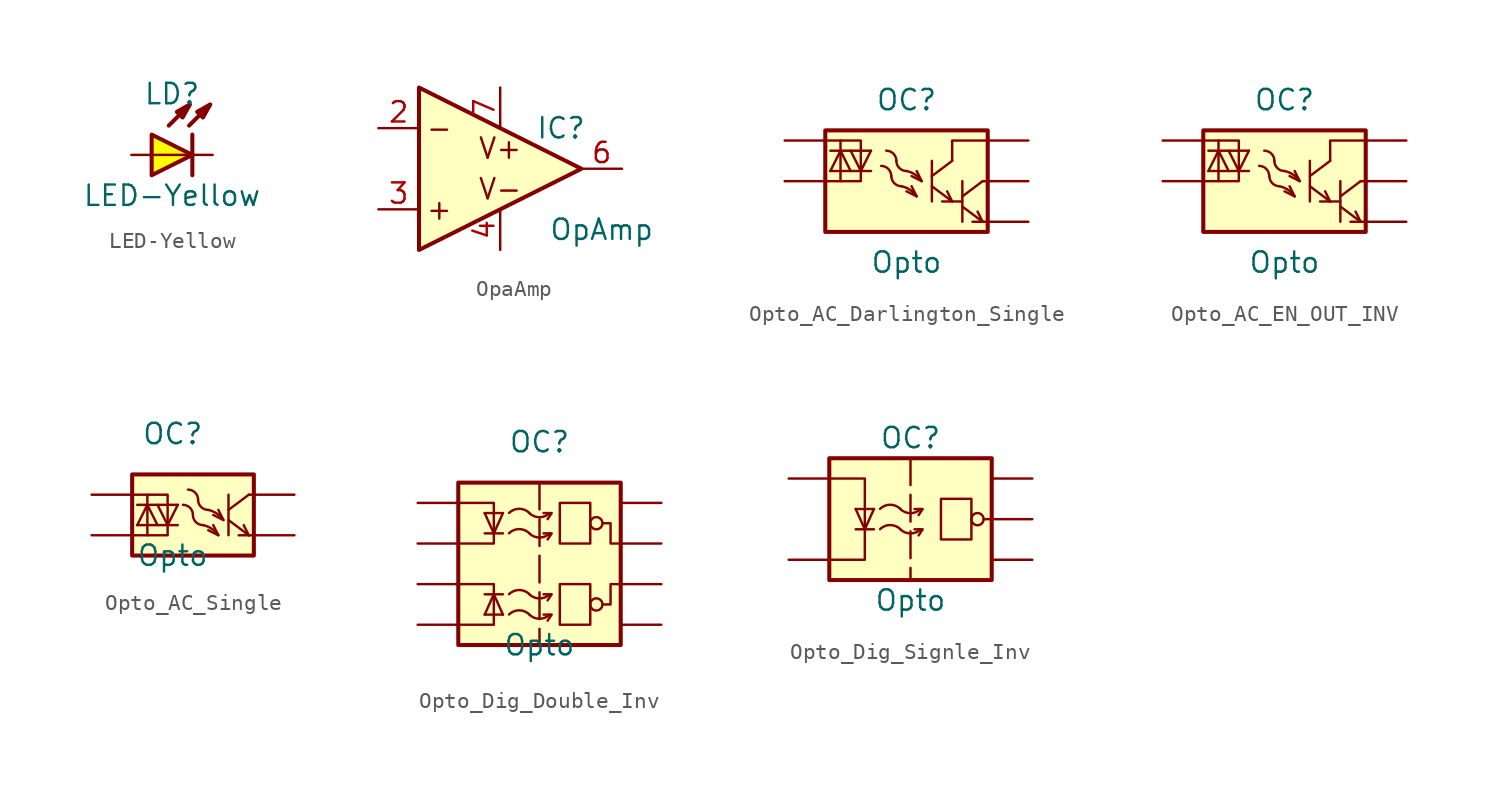
<source format=kicad_sym>
(kicad_symbol_lib
  (version 20241209)
  (generator "kicad_symbol_editor")
  (generator_version "9.0")
  (symbol "LED-Yellow"
    (pin_numbers
      (hide yes))
    (pin_names
      (offset 1.016)
      (hide yes))
    (property "Reference" "LD"
      (at 0 3.81 0)
      (effects (font (size 1.27 1.27))))
    (property "Value" "LED-Yellow"
      (at 0 -2.54 0)
      (effects (font (size 1.27 1.27))))
    (symbol "LED-Yellow_0_0"
      (polyline (pts (xy -0.203 1.829) (xy 1.067 3.099)) (stroke (width 0.254) (type default)) (fill (type none)))
      (polyline (pts (xy 1.067 1.829) (xy 2.337 3.099)) (stroke (width 0.254) (type default)) (fill (type none)))
      (polyline (pts (xy 1.118 3.15) (xy 0.66 2.337) (xy 0.305 2.692) (xy 1.118 3.15)) (stroke (width 0.254) (type default)) (fill (type outline)))
      (polyline (pts (xy 1.27 0) (xy -1.27 0)) (stroke (width 0.152) (type default)) (fill (type none)))
      (polyline (pts (xy 2.388 3.15) (xy 1.93 2.337) (xy 1.575 2.692) (xy 2.388 3.15)) (stroke (width 0.254) (type default)) (fill (type outline))))
    (symbol "LED-Yellow_0_1"
      (polyline (pts (xy 1.27 1.27) (xy 1.27 -1.27)) (stroke (width 0.254) (type default)) (fill (type none))))
    (symbol "LED-Yellow_1_1"
      (polyline (pts (xy -1.27 1.27) (xy -1.27 -1.27) (xy 1.27 0) (xy -1.27 1.27)) (stroke (width 0.254) (type default)) (fill (type color) (color 255 255 0 1)))
      (pin passive line (at -2.54 0 0) (length 1.27) (name "A" (effects (font (size 1.27 1.27)))) (number "2" (effects (font (size 1.27 1.27)))))
      (pin passive line (at 2.54 0 180) (length 1.27) (name "C" (effects (font (size 1.27 1.27)))) (number "1" (effects (font (size 1.27 1.27)))))))
  (symbol "OpaAmp"
    (pin_names
      (offset 1.016)
      (hide yes))
    (property "Reference" "IC"
      (at 6.35 2.54 0)
      (effects (font (size 1.27 1.27))))
    (property "Value" "OpAmp"
      (at 8.89 -3.81 0)
      (effects (font (size 1.27 1.27))))
    (symbol "OpaAmp_1_1"
      (polyline (pts (xy -2.54 5.08) (xy -2.54 -5.08) (xy 7.62 0) (xy -2.54 5.08)) (stroke (width 0.254) (type default)) (fill (type background)))
      (text "-" (at -1.27 2.54 0) (effects (font (size 1.27 1.27))))
      (text "+" (at -1.27 -2.54 0) (effects (font (size 1.27 1.27))))
      (text "V+" (at 2.54 1.27 0) (effects (font (size 1.27 1.27))))
      (text "V-" (at 2.54 -1.27 0) (effects (font (size 1.27 1.27))))
      (pin input line (at -5.08 2.54 0) (length 2.54) (name "IN-" (effects (font (size 1.27 1.27)))) (number "2" (effects (font (size 1.27 1.27)))))
      (pin input line (at -5.08 -2.54 0) (length 2.54) (name "IN+" (effects (font (size 1.27 1.27)))) (number "3" (effects (font (size 1.27 1.27)))))
      (pin power_in line (at 2.54 5.08 270) (length 2.54) (name "V+" (effects (font (size 1.27 1.27)))) (number "7" (effects (font (size 1.27 1.27)))))
      (pin power_in line (at 2.54 -5.08 90) (length 2.54) (name "V-" (effects (font (size 1.27 1.27)))) (number "4" (effects (font (size 1.27 1.27)))))
      (pin output line (at 10.16 0 180) (length 2.54) (name "OUT" (effects (font (size 1.27 1.27)))) (number "6" (effects (font (size 1.27 1.27)))))))
  (symbol "Opto_AC_Darlington_Single"
    (pin_names
      (hide yes))
    (property "Reference" "OC"
      (at 0 5.08 0)
      (effects (font (size 1.27 1.27))))
    (property "Value" "Opto"
      (at 0 -5.08 0)
      (effects (font (size 1.27 1.27))))
    (symbol "Opto_AC_Darlington_Single_0_1"
      (rectangle (start -5.08 3.175) (end 5.08 -3.175) (stroke (width 0.254) (type default)) (fill (type background)))
      (polyline (pts (xy -5.08 2.54) (xy -2.857 2.54) (xy -2.857 0) (xy -5.08 0)) (stroke (width 0) (type default)) (fill (type none)))
      (polyline (pts (xy -4.763 1.905) (xy -2.223 1.905)) (stroke (width 0) (type default)) (fill (type none)))
      (polyline (pts (xy -4.763 0.635) (xy -2.223 0.635)) (stroke (width 0) (type default)) (fill (type none)))
      (polyline (pts (xy -4.128 2.54) (xy -4.128 0)) (stroke (width 0) (type default)) (fill (type none)))
      (polyline (pts (xy -4.128 1.905) (xy -4.763 0.635)) (stroke (width 0) (type default)) (fill (type none)))
      (polyline (pts (xy -4.128 1.905) (xy -3.493 0.635)) (stroke (width 0) (type default)) (fill (type none)))
      (polyline (pts (xy -2.857 0.635) (xy -3.493 1.905)) (stroke (width 0) (type default)) (fill (type none)))
      (polyline (pts (xy -2.857 0.635) (xy -2.223 1.905)) (stroke (width 0) (type default)) (fill (type none)))
      (arc (start -1.5854 0.9546) (mid -1.137 0.768) (end -0.9504 0.3196) (stroke (width 0) (type default)) (fill (type none)))
      (arc (start -1.2679 1.9071) (mid -0.8195 1.7205) (end -0.6329 1.2721) (stroke (width 0) (type default)) (fill (type none)))
      (arc (start -0.3175 -0.3175) (mid 0.2193 -0.5441) (end 0.635 -0.9525) (stroke (width 0) (type default)) (fill (type none)))
      (arc (start 0 0.635) (mid 0.5368 0.4084) (end 0.9525 0) (stroke (width 0) (type default)) (fill (type none)))
      (arc (start -0.3175 -0.3175) (mid -0.7659 -0.1309) (end -0.9525 0.3175) (stroke (width 0) (type default)) (fill (type none)))
      (polyline (pts (xy 0 -0.635) (xy 0.635 -0.953) (xy 0.318 -0.318)) (stroke (width 0) (type default)) (fill (type none)))
      (arc (start 0 0.635) (mid -0.4484 0.8216) (end -0.635 1.27) (stroke (width 0) (type default)) (fill (type none)))
      (polyline (pts (xy 0.318 0.318) (xy 0.953 0) (xy 0.635 0.635)) (stroke (width 0) (type default)) (fill (type none)))
      (polyline (pts (xy 1.587 1.27) (xy 1.587 -1.27)) (stroke (width 0) (type default)) (fill (type none)))
      (polyline (pts (xy 1.587 0.318) (xy 2.857 1.27)) (stroke (width 0) (type default)) (fill (type none)))
      (polyline (pts (xy 1.587 -0.318) (xy 2.857 -1.27)) (stroke (width 0) (type default)) (fill (type none)))
      (polyline (pts (xy 2.857 -1.27) (xy 2.54 -0.635)) (stroke (width 0) (type default)) (fill (type none)))
      (polyline (pts (xy 3.493 0) (xy 3.493 -2.54)) (stroke (width 0) (type default)) (fill (type none)))
      (polyline (pts (xy 3.493 -0.953) (xy 4.763 0)) (stroke (width 0) (type default)) (fill (type none)))
      (polyline (pts (xy 3.493 -1.27) (xy 2.223 -1.27)) (stroke (width 0) (type default)) (fill (type none)))
      (polyline (pts (xy 3.493 -1.587) (xy 4.763 -2.54)) (stroke (width 0) (type default)) (fill (type none)))
      (polyline (pts (xy 4.763 -2.54) (xy 4.128 -2.54)) (stroke (width 0) (type default)) (fill (type none)))
      (polyline (pts (xy 4.763 -2.54) (xy 4.445 -1.905)) (stroke (width 0) (type default)) (fill (type none)))
      (polyline (pts (xy 5.08 2.54) (xy 2.857 2.54) (xy 2.857 1.27)) (stroke (width 0) (type default)) (fill (type none)))
      (polyline (pts (xy 5.08 0) (xy 4.763 0)) (stroke (width 0) (type default)) (fill (type none)))
      (polyline (pts (xy 5.08 -2.54) (xy 4.763 -2.54)) (stroke (width 0) (type default)) (fill (type none))))
    (symbol "Opto_AC_Darlington_Single_1_1"
      (pin passive line (at -7.62 2.54 0) (length 2.54) (name "AC1" (effects (font (size 1.27 1.27)))) (number "" (effects (font (size 1.27 1.27)))))
      (pin passive line (at -7.62 0 0) (length 2.54) (name "AC2" (effects (font (size 1.27 1.27)))) (number "" (effects (font (size 1.27 1.27)))))
      (pin passive line (at 7.62 2.54 180) (length 2.54) (name "C1" (effects (font (size 1.27 1.27)))) (number "" (effects (font (size 1.27 1.27)))))
      (pin passive line (at 7.62 0 180) (length 2.54) (name "C2" (effects (font (size 1.27 1.27)))) (number "" (effects (font (size 1.27 1.27)))))
      (pin passive line (at 7.62 -2.54 180) (length 2.54) (name "E" (effects (font (size 1.27 1.27)))) (number "" (effects (font (size 1.27 1.27)))))))
  (symbol "Opto_AC_EN_OUT_INV"
    (pin_names
      (hide yes))
    (property "Reference" "OC"
      (at 0 5.08 0)
      (effects (font (size 1.27 1.27))))
    (property "Value" "Opto"
      (at 0 -5.08 0)
      (effects (font (size 1.27 1.27))))
    (symbol "Opto_AC_EN_OUT_INV_0_1"
      (rectangle (start -5.08 3.175) (end 5.08 -3.175) (stroke (width 0.254) (type default)) (fill (type background)))
      (polyline (pts (xy -5.08 2.54) (xy -2.857 2.54) (xy -2.857 0) (xy -5.08 0)) (stroke (width 0) (type default)) (fill (type none)))
      (polyline (pts (xy -4.763 1.905) (xy -2.223 1.905)) (stroke (width 0) (type default)) (fill (type none)))
      (polyline (pts (xy -4.763 0.635) (xy -2.223 0.635)) (stroke (width 0) (type default)) (fill (type none)))
      (polyline (pts (xy -4.128 2.54) (xy -4.128 0)) (stroke (width 0) (type default)) (fill (type none)))
      (polyline (pts (xy -4.128 1.905) (xy -4.763 0.635)) (stroke (width 0) (type default)) (fill (type none)))
      (polyline (pts (xy -4.128 1.905) (xy -3.493 0.635)) (stroke (width 0) (type default)) (fill (type none)))
      (polyline (pts (xy -2.857 0.635) (xy -3.493 1.905)) (stroke (width 0) (type default)) (fill (type none)))
      (polyline (pts (xy -2.857 0.635) (xy -2.223 1.905)) (stroke (width 0) (type default)) (fill (type none)))
      (arc (start -1.5854 0.9546) (mid -1.137 0.768) (end -0.9504 0.3196) (stroke (width 0) (type default)) (fill (type none)))
      (arc (start -1.2679 1.9071) (mid -0.8195 1.7205) (end -0.6329 1.2721) (stroke (width 0) (type default)) (fill (type none)))
      (arc (start -0.3175 -0.3175) (mid 0.2193 -0.5441) (end 0.635 -0.9525) (stroke (width 0) (type default)) (fill (type none)))
      (arc (start 0 0.635) (mid 0.5368 0.4084) (end 0.9525 0) (stroke (width 0) (type default)) (fill (type none)))
      (arc (start -0.3175 -0.3175) (mid -0.7659 -0.1309) (end -0.9525 0.3175) (stroke (width 0) (type default)) (fill (type none)))
      (polyline (pts (xy 0 -0.635) (xy 0.635 -0.953) (xy 0.318 -0.318)) (stroke (width 0) (type default)) (fill (type none)))
      (arc (start 0 0.635) (mid -0.4484 0.8216) (end -0.635 1.27) (stroke (width 0) (type default)) (fill (type none)))
      (polyline (pts (xy 0.318 0.318) (xy 0.953 0) (xy 0.635 0.635)) (stroke (width 0) (type default)) (fill (type none)))
      (polyline (pts (xy 1.587 1.27) (xy 1.587 -1.27)) (stroke (width 0) (type default)) (fill (type none)))
      (polyline (pts (xy 1.587 0.318) (xy 2.857 1.27)) (stroke (width 0) (type default)) (fill (type none)))
      (polyline (pts (xy 1.587 -0.318) (xy 2.857 -1.27)) (stroke (width 0) (type default)) (fill (type none)))
      (polyline (pts (xy 2.857 -1.27) (xy 2.54 -0.635)) (stroke (width 0) (type default)) (fill (type none)))
      (polyline (pts (xy 3.493 0) (xy 3.493 -2.54)) (stroke (width 0) (type default)) (fill (type none)))
      (polyline (pts (xy 3.493 -0.953) (xy 4.763 0)) (stroke (width 0) (type default)) (fill (type none)))
      (polyline (pts (xy 3.493 -1.27) (xy 2.223 -1.27)) (stroke (width 0) (type default)) (fill (type none)))
      (polyline (pts (xy 3.493 -1.587) (xy 4.763 -2.54)) (stroke (width 0) (type default)) (fill (type none)))
      (polyline (pts (xy 4.763 -2.54) (xy 4.128 -2.54)) (stroke (width 0) (type default)) (fill (type none)))
      (polyline (pts (xy 4.763 -2.54) (xy 4.445 -1.905)) (stroke (width 0) (type default)) (fill (type none)))
      (polyline (pts (xy 5.08 2.54) (xy 2.857 2.54) (xy 2.857 1.27)) (stroke (width 0) (type default)) (fill (type none)))
      (polyline (pts (xy 5.08 0) (xy 4.763 0)) (stroke (width 0) (type default)) (fill (type none)))
      (polyline (pts (xy 5.08 -2.54) (xy 4.763 -2.54)) (stroke (width 0) (type default)) (fill (type none))))
    (symbol "Opto_AC_EN_OUT_INV_1_1"
      (pin passive line (at -7.62 2.54 0) (length 2.54) (name "AC1" (effects (font (size 1.27 1.27)))) (number "" (effects (font (size 1.27 1.27)))))
      (pin passive line (at -7.62 0 0) (length 2.54) (name "AC2" (effects (font (size 1.27 1.27)))) (number "" (effects (font (size 1.27 1.27)))))
      (pin passive line (at 7.62 2.54 180) (length 2.54) (name "C1" (effects (font (size 1.27 1.27)))) (number "" (effects (font (size 1.27 1.27)))))
      (pin passive line (at 7.62 0 180) (length 2.54) (name "C2" (effects (font (size 1.27 1.27)))) (number "" (effects (font (size 1.27 1.27)))))
      (pin passive line (at 7.62 -2.54 180) (length 2.54) (name "E" (effects (font (size 1.27 1.27)))) (number "" (effects (font (size 1.27 1.27)))))))
  (symbol "Opto_AC_Single"
    (pin_names
      (hide yes))
    (property "Reference" "OC"
      (at 0 3.81 0)
      (effects (font (size 1.27 1.27))))
    (property "Value" "Opto"
      (at 0 -3.81 0)
      (effects (font (size 1.27 1.27))))
    (symbol "Opto_AC_Single_0_1"
      (rectangle (start -2.54 1.27) (end 5.08 -3.81) (stroke (width 0.254) (type default)) (fill (type background)))
      (polyline (pts (xy -2.54 0) (xy -0.318 0) (xy -0.318 -2.54) (xy -2.54 -2.54)) (stroke (width 0) (type default)) (fill (type none)))
      (polyline (pts (xy -2.223 -0.635) (xy 0.318 -0.635)) (stroke (width 0) (type default)) (fill (type none)))
      (polyline (pts (xy -2.223 -1.905) (xy 0.318 -1.905)) (stroke (width 0) (type default)) (fill (type none)))
      (polyline (pts (xy -1.587 0) (xy -1.587 -2.54)) (stroke (width 0) (type default)) (fill (type none)))
      (polyline (pts (xy -1.587 -0.635) (xy -2.223 -1.905)) (stroke (width 0) (type default)) (fill (type none)))
      (polyline (pts (xy -1.587 -0.635) (xy -0.953 -1.905)) (stroke (width 0) (type default)) (fill (type none)))
      (polyline (pts (xy -0.318 -1.905) (xy -0.953 -0.635)) (stroke (width 0) (type default)) (fill (type none)))
      (polyline (pts (xy -0.318 -1.905) (xy 0.318 -0.635)) (stroke (width 0) (type default)) (fill (type none)))
      (arc (start 0.6371 -0.6329) (mid 1.0855 -0.8195) (end 1.2721 -1.2679) (stroke (width 0) (type default)) (fill (type none)))
      (arc (start 0.9546 0.3196) (mid 1.403 0.133) (end 1.5896 -0.3154) (stroke (width 0) (type default)) (fill (type none)))
      (arc (start 1.905 -1.905) (mid 2.4418 -2.1316) (end 2.8575 -2.54) (stroke (width 0) (type default)) (fill (type none)))
      (arc (start 2.2225 -0.9525) (mid 2.7593 -1.1792) (end 3.175 -1.5875) (stroke (width 0) (type default)) (fill (type none)))
      (arc (start 1.905 -1.905) (mid 1.4566 -1.7184) (end 1.27 -1.27) (stroke (width 0) (type default)) (fill (type none)))
      (polyline (pts (xy 2.223 -2.223) (xy 2.857 -2.54) (xy 2.54 -1.905)) (stroke (width 0) (type default)) (fill (type none)))
      (arc (start 2.2225 -0.9525) (mid 1.7741 -0.7659) (end 1.5875 -0.3175) (stroke (width 0) (type default)) (fill (type none)))
      (polyline (pts (xy 2.54 -1.27) (xy 3.175 -1.587) (xy 2.857 -0.953)) (stroke (width 0) (type default)) (fill (type none)))
      (polyline (pts (xy 3.493 0) (xy 3.493 -2.54)) (stroke (width 0) (type default)) (fill (type none)))
      (polyline (pts (xy 3.493 -0.953) (xy 4.763 0)) (stroke (width 0) (type default)) (fill (type none)))
      (polyline (pts (xy 3.493 -1.587) (xy 4.763 -2.54)) (stroke (width 0) (type default)) (fill (type none)))
      (polyline (pts (xy 4.763 -2.54) (xy 4.128 -2.54)) (stroke (width 0) (type default)) (fill (type none)))
      (polyline (pts (xy 4.763 -2.54) (xy 4.445 -1.905)) (stroke (width 0) (type default)) (fill (type none)))
      (polyline (pts (xy 5.08 0) (xy 4.763 0)) (stroke (width 0) (type default)) (fill (type none)))
      (polyline (pts (xy 5.08 -2.54) (xy 4.763 -2.54)) (stroke (width 0) (type default)) (fill (type none))))
    (symbol "Opto_AC_Single_1_1"
      (pin passive line (at -5.08 0 0) (length 2.54) (name "AC1" (effects (font (size 1.27 1.27)))) (number "" (effects (font (size 1.27 1.27)))))
      (pin passive line (at -5.08 -2.54 0) (length 2.54) (name "AC2" (effects (font (size 1.27 1.27)))) (number "" (effects (font (size 1.27 1.27)))))
      (pin passive line (at 7.62 0 180) (length 2.54) (name "Collector" (effects (font (size 1.27 1.27)))) (number "" (effects (font (size 1.27 1.27)))))
      (pin passive line (at 7.62 -2.54 180) (length 2.54) (name "Emmiter" (effects (font (size 1.27 1.27)))) (number "" (effects (font (size 1.27 1.27)))))))
  (symbol "Opto_Dig_Double_Inv"
    (pin_names
      (hide yes))
    (property "Reference" "OC"
      (at 0 6.35 0)
      (effects (font (size 1.27 1.27))))
    (property "Value" "Opto"
      (at 0 -6.35 0)
      (effects (font (size 1.27 1.27))))
    (symbol "Opto_Dig_Double_Inv_0_1"
      (rectangle (start -5.08 3.81) (end 5.08 -6.35) (stroke (width 0.254) (type default)) (fill (type background)))
      (polyline (pts (xy -5.08 2.54) (xy -2.857 2.54) (xy -2.857 0) (xy -5.08 0)) (stroke (width 0) (type default)) (fill (type none)))
      (polyline (pts (xy -5.08 -5.08) (xy -2.857 -5.08) (xy -2.857 -2.54) (xy -5.08 -2.54)) (stroke (width 0) (type default)) (fill (type none)))
      (polyline (pts (xy -3.429 1.905) (xy -2.286 1.905)) (stroke (width 0) (type default)) (fill (type none)))
      (polyline (pts (xy -3.429 0.635) (xy -2.286 0.635)) (stroke (width 0) (type default)) (fill (type none)))
      (polyline (pts (xy -3.429 -3.175) (xy -2.286 -3.175)) (stroke (width 0) (type default)) (fill (type none)))
      (polyline (pts (xy -3.429 -4.445) (xy -2.286 -4.445)) (stroke (width 0) (type default)) (fill (type none)))
      (polyline (pts (xy -2.857 0.635) (xy -3.429 1.905)) (stroke (width 0) (type default)) (fill (type none)))
      (polyline (pts (xy -2.857 0.635) (xy -2.286 1.905)) (stroke (width 0) (type default)) (fill (type none)))
      (polyline (pts (xy -2.857 -3.175) (xy -3.429 -4.445)) (stroke (width 0) (type default)) (fill (type none)))
      (polyline (pts (xy -2.857 -3.175) (xy -2.286 -4.445)) (stroke (width 0) (type default)) (fill (type none)))
      (arc (start -1.905 1.9109) (mid -1.27 2.1722) (end -0.635 1.9109) (stroke (width 0) (type default)) (fill (type none)))
      (arc (start -1.905 0.6409) (mid -1.27 0.9022) (end -0.635 0.6409) (stroke (width 0) (type default)) (fill (type none)))
      (arc (start -1.905 -3.1691) (mid -1.27 -2.9078) (end -0.635 -3.1691) (stroke (width 0) (type default)) (fill (type none)))
      (arc (start -1.905 -4.4391) (mid -1.27 -4.1778) (end -0.635 -4.4391) (stroke (width 0) (type default)) (fill (type none)))
      (arc (start 0.635 1.905) (mid 0 1.6437) (end -0.635 1.905) (stroke (width 0) (type default)) (fill (type none)))
      (arc (start 0.635 0.635) (mid 0 0.3737) (end -0.635 0.635) (stroke (width 0) (type default)) (fill (type none)))
      (arc (start 0.635 -3.175) (mid 0 -3.4363) (end -0.635 -3.175) (stroke (width 0) (type default)) (fill (type none)))
      (arc (start 0.635 -4.445) (mid 0 -4.7063) (end -0.635 -4.445) (stroke (width 0) (type default)) (fill (type none)))
      (polyline (pts (xy 0.508 1.524) (xy 0.762 1.905) (xy 0.254 1.905)) (stroke (width 0) (type default)) (fill (type none)))
      (polyline (pts (xy 0.508 0.254) (xy 0.762 0.635) (xy 0.254 0.635)) (stroke (width 0) (type default)) (fill (type none)))
      (polyline (pts (xy 0.508 -3.556) (xy 0.762 -3.175) (xy 0.254 -3.175)) (stroke (width 0) (type default)) (fill (type none)))
      (polyline (pts (xy 0.508 -4.826) (xy 0.762 -4.445) (xy 0.254 -4.445)) (stroke (width 0) (type default)) (fill (type none)))
      (polyline (pts (xy 3.175 2.54) (xy 1.27 2.54) (xy 1.27 0) (xy 3.175 0) (xy 3.175 2.54)) (stroke (width 0) (type default)) (fill (type none)))
      (polyline (pts (xy 3.175 -2.54) (xy 1.27 -2.54) (xy 1.27 -5.08) (xy 3.175 -5.08) (xy 3.175 -2.54)) (stroke (width 0) (type default)) (fill (type none)))
      (circle (center 3.556 1.27) (radius 0.381) (stroke (width 0) (type default)) (fill (type none)))
      (circle (center 3.556 -3.81) (radius 0.381) (stroke (width 0) (type default)) (fill (type none)))
      (polyline (pts (xy 5.08 0) (xy 4.445 0) (xy 4.445 1.27) (xy 3.937 1.27)) (stroke (width 0) (type default)) (fill (type none)))
      (polyline (pts (xy 5.08 -2.54) (xy 4.445 -2.54) (xy 4.445 -3.81) (xy 3.937 -3.81)) (stroke (width 0) (type default)) (fill (type none))))
    (symbol "Opto_Dig_Double_Inv_1_1"
      (polyline (pts (xy 0 3.81) (xy 0 -6.35)) (stroke (width 0) (type dash)) (fill (type none)))
      (pin passive line (at -7.62 2.54 0) (length 2.54) (name "AC1" (effects (font (size 1.27 1.27)))) (number "" (effects (font (size 1.27 1.27)))))
      (pin passive line (at -7.62 0 0) (length 2.54) (name "AC2" (effects (font (size 1.27 1.27)))) (number "" (effects (font (size 1.27 1.27)))))
      (pin passive line (at -7.62 -2.54 0) (length 2.54) (name "AC2" (effects (font (size 1.27 1.27)))) (number "" (effects (font (size 1.27 1.27)))))
      (pin passive line (at -7.62 -5.08 0) (length 2.54) (name "AC1" (effects (font (size 1.27 1.27)))) (number "" (effects (font (size 1.27 1.27)))))
      (pin power_in line (at 7.62 2.54 180) (length 2.54) (name "VCC" (effects (font (size 1.27 1.27)))) (number "" (effects (font (size 1.27 1.27)))))
      (pin passive line (at 7.62 0 180) (length 2.54) (name "E" (effects (font (size 1.27 1.27)))) (number "" (effects (font (size 1.27 1.27)))))
      (pin passive line (at 7.62 -2.54 180) (length 2.54) (name "E" (effects (font (size 1.27 1.27)))) (number "" (effects (font (size 1.27 1.27)))))
      (pin power_in line (at 7.62 -5.08 180) (length 2.54) (name "GND" (effects (font (size 1.27 1.27)))) (number "" (effects (font (size 1.27 1.27)))))))
  (symbol "Opto_Dig_Signle_Inv"
    (pin_names
      (hide yes))
    (property "Reference" "OC"
      (at 0 5.08 0)
      (effects (font (size 1.27 1.27))))
    (property "Value" "Opto"
      (at 0 -5.08 0)
      (effects (font (size 1.27 1.27))))
    (symbol "Opto_Dig_Signle_Inv_0_1"
      (rectangle (start -5.08 3.81) (end 5.08 -3.81) (stroke (width 0.254) (type default)) (fill (type background)))
      (polyline (pts (xy -5.08 2.54) (xy -2.857 2.54) (xy -2.858 -2.541) (xy -5.082 -2.541)) (stroke (width 0) (type default)) (fill (type none)))
      (polyline (pts (xy -3.429 0.635) (xy -2.286 0.635)) (stroke (width 0) (type default)) (fill (type none)))
      (polyline (pts (xy -3.429 -0.635) (xy -2.286 -0.635)) (stroke (width 0) (type default)) (fill (type none)))
      (polyline (pts (xy -2.857 -0.635) (xy -3.429 0.635)) (stroke (width 0) (type default)) (fill (type none)))
      (polyline (pts (xy -2.857 -0.635) (xy -2.286 0.635)) (stroke (width 0) (type default)) (fill (type none)))
      (arc (start -1.905 0.6409) (mid -1.27 0.9022) (end -0.635 0.6409) (stroke (width 0) (type default)) (fill (type none)))
      (arc (start -1.905 -0.6291) (mid -1.27 -0.3678) (end -0.635 -0.6291) (stroke (width 0) (type default)) (fill (type none)))
      (arc (start 0.635 0.635) (mid 0 0.3737) (end -0.635 0.635) (stroke (width 0) (type default)) (fill (type none)))
      (arc (start 0.635 -0.635) (mid 0 -0.8963) (end -0.635 -0.635) (stroke (width 0) (type default)) (fill (type none)))
      (polyline (pts (xy 0.508 0.254) (xy 0.762 0.635) (xy 0.254 0.635)) (stroke (width 0) (type default)) (fill (type none)))
      (polyline (pts (xy 0.508 -1.016) (xy 0.762 -0.635) (xy 0.254 -0.635)) (stroke (width 0) (type default)) (fill (type none)))
      (polyline (pts (xy 3.81 1.27) (xy 1.905 1.27) (xy 1.905 -1.27) (xy 3.81 -1.27) (xy 3.81 1.27)) (stroke (width 0) (type default)) (fill (type none)))
      (circle (center 4.191 0) (radius 0.381) (stroke (width 0) (type default)) (fill (type none))))
    (symbol "Opto_Dig_Signle_Inv_1_1"
      (polyline (pts (xy 0 3.81) (xy 0 -3.81)) (stroke (width 0) (type dash)) (fill (type none)))
      (polyline (pts (xy 5.08 0) (xy 4.572 0)) (stroke (width 0) (type default)) (fill (type none)))
      (pin passive line (at -7.62 2.54 0) (length 2.54) (name "AC1" (effects (font (size 1.27 1.27)))) (number "" (effects (font (size 1.27 1.27)))))
      (pin passive line (at -7.62 -2.54 0) (length 2.54) (name "AC2" (effects (font (size 1.27 1.27)))) (number "" (effects (font (size 1.27 1.27)))))
      (pin power_in line (at 7.62 2.54 180) (length 2.54) (name "VCC" (effects (font (size 1.27 1.27)))) (number "" (effects (font (size 1.27 1.27)))))
      (pin passive line (at 7.62 0 180) (length 2.54) (name "E" (effects (font (size 1.27 1.27)))) (number "" (effects (font (size 1.27 1.27)))))
      (pin power_in line (at 7.62 -2.54 180) (length 2.54) (name "GND" (effects (font (size 1.27 1.27)))) (number "" (effects (font (size 1.27 1.27))))))))
</source>
